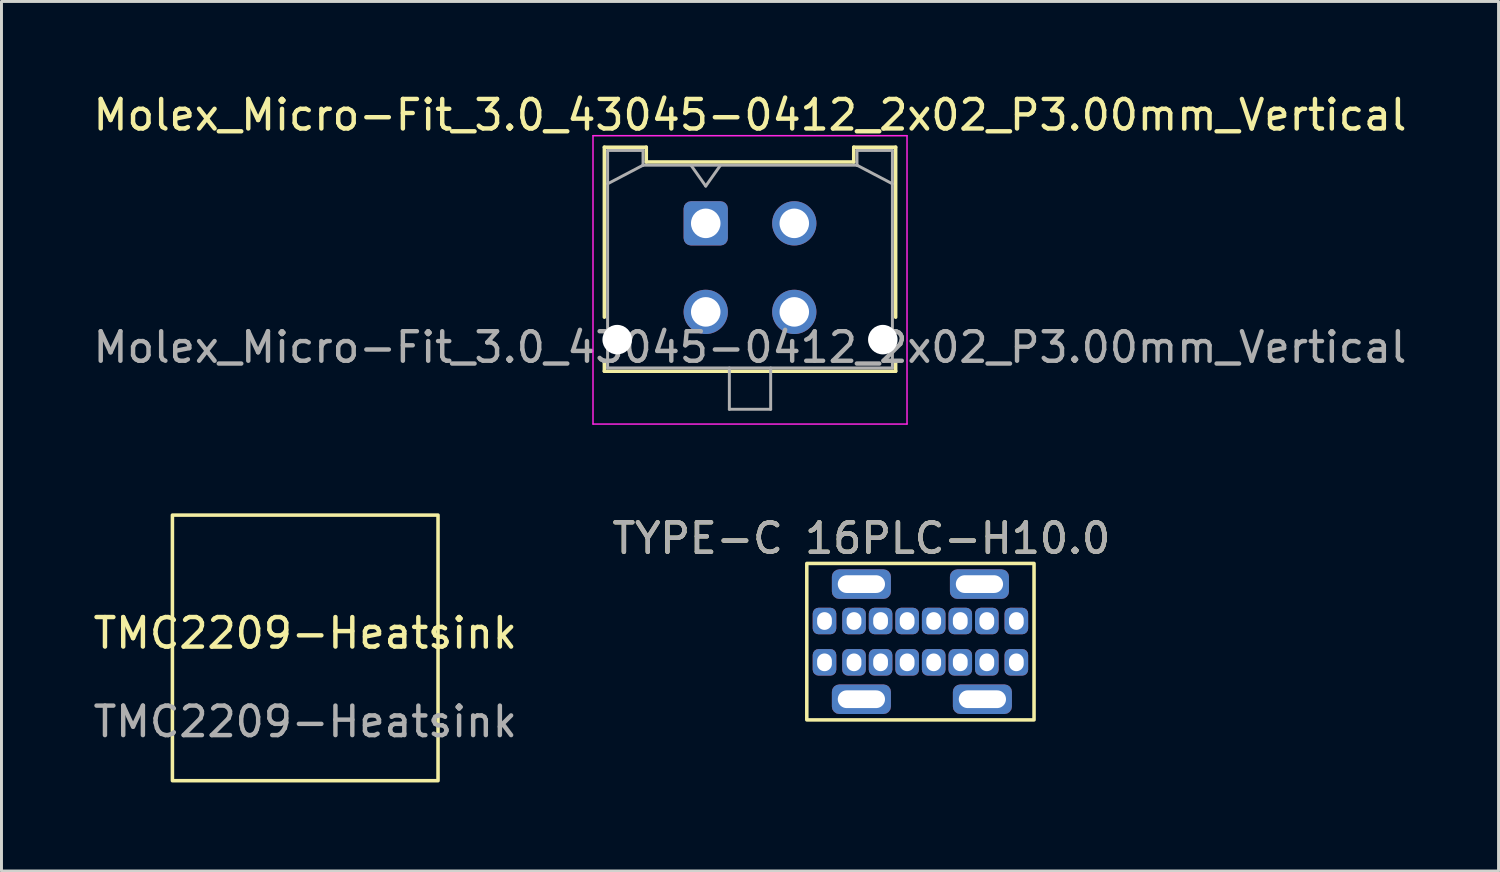
<source format=kicad_pcb>
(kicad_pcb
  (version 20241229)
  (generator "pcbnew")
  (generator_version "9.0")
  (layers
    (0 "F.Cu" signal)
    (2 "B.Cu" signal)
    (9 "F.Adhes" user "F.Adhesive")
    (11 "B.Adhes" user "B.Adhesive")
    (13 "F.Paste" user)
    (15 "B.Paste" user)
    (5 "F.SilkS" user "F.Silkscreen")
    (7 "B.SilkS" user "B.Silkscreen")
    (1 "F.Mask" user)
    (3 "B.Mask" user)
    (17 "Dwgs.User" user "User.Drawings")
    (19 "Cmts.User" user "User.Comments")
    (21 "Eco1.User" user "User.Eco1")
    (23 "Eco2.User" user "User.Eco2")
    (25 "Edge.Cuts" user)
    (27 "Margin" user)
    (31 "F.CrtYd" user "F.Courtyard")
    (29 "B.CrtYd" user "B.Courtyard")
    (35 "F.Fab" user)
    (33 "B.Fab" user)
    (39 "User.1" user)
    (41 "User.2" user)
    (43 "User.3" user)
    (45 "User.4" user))
  (footprint "TYPE-C 16PLC-H10.0"
    (layer "F.Cu")
    (at 28.137 18.692)
    (property "Reference" "TYPE-C 16PLC-H10.0" (at -2 -3.5 0) (unlocked yes) (layer "F.SilkS") (effects (font (size 1 1) (thickness 0.15))))
    (attr through_hole)
    (fp_rect (start -3.85 -2.65) (end 3.85 2.65) (stroke (width 0.12) (type solid)) (fill no) (layer "F.SilkS"))
    (fp_text user "${REFERENCE}" (at -2 -3.5 0) (unlocked yes) (layer "F.Fab") (effects (font (size 1 1) (thickness 0.15))))
    (pad "A1" thru_hole roundrect (at -3.25 -0.7) (size 0.8 0.9) (drill oval 0.5 0.6) (layers "*.Cu" "*.Mask") (roundrect_rratio 0.25))
    (pad "A4" thru_hole roundrect (at -2.25 -0.7) (size 0.8 0.9) (drill oval 0.5 0.6) (layers "*.Cu" "*.Mask") (roundrect_rratio 0.25))
    (pad "A5" thru_hole roundrect (at -1.35 -0.7) (size 0.8 0.9) (drill oval 0.5 0.6) (layers "*.Cu" "*.Mask") (roundrect_rratio 0.25))
    (pad "A6" thru_hole roundrect (at -0.45 -0.7) (size 0.8 0.9) (drill oval 0.5 0.6) (layers "*.Cu" "*.Mask") (roundrect_rratio 0.25))
    (pad "A7" thru_hole roundrect (at 0.45 -0.7) (size 0.8 0.9) (drill oval 0.5 0.6) (layers "*.Cu" "*.Mask") (roundrect_rratio 0.25))
    (pad "A8" thru_hole roundrect (at 1.35 -0.7) (size 0.8 0.9) (drill oval 0.5 0.6) (layers "*.Cu" "*.Mask") (roundrect_rratio 0.25))
    (pad "A9" thru_hole roundrect (at 2.25 -0.7 180) (size 0.8 0.9) (drill oval 0.5 0.6) (layers "*.Cu" "*.Mask") (roundrect_rratio 0.25))
    (pad "A12" thru_hole roundrect (at 3.25 -0.7) (size 0.8 0.9) (drill oval 0.5 0.6) (layers "*.Cu" "*.Mask") (roundrect_rratio 0.25))
    (pad "B1" thru_hole roundrect (at 3.25 0.7) (size 0.8 0.9) (drill oval 0.5 0.6) (layers "*.Cu" "*.Mask") (roundrect_rratio 0.25))
    (pad "B4" thru_hole roundrect (at 2.25 0.7 180) (size 0.8 0.9) (drill oval 0.5 0.6) (layers "*.Cu" "*.Mask") (roundrect_rratio 0.25))
    (pad "B5" thru_hole roundrect (at 1.35 0.7) (size 0.8 0.9) (drill oval 0.5 0.6) (layers "*.Cu" "*.Mask") (roundrect_rratio 0.25))
    (pad "B6" thru_hole roundrect (at 0.45 0.7) (size 0.8 0.9) (drill oval 0.5 0.6) (layers "*.Cu" "*.Mask") (roundrect_rratio 0.25))
    (pad "B7" thru_hole roundrect (at -0.45 0.7) (size 0.8 0.9) (drill oval 0.5 0.6) (layers "*.Cu" "*.Mask") (roundrect_rratio 0.25))
    (pad "B8" thru_hole roundrect (at -1.35 0.7) (size 0.8 0.9) (drill oval 0.5 0.6) (layers "*.Cu" "*.Mask") (roundrect_rratio 0.25))
    (pad "B9" thru_hole roundrect (at -2.25 0.7) (size 0.8 0.9) (drill oval 0.5 0.6) (layers "*.Cu" "*.Mask") (roundrect_rratio 0.25))
    (pad "B12" thru_hole roundrect (at -3.25 0.7) (size 0.8 0.9) (drill oval 0.5 0.6) (layers "*.Cu" "*.Mask") (roundrect_rratio 0.25))
    (pad "S1" thru_hole roundrect (at -2 -1.95) (size 2 1) (drill oval 1.6 0.6) (layers "*.Cu" "*.Mask") (roundrect_rratio 0.25))
    (pad "S1" thru_hole roundrect (at -2 1.95) (size 2 1) (drill oval 1.6 0.6) (layers "*.Cu" "*.Mask") (roundrect_rratio 0.25))
    (pad "S1" thru_hole roundrect (at 2 -1.95) (size 2 1) (drill oval 1.6 0.6) (layers "*.Cu" "*.Mask") (roundrect_rratio 0.25))
    (pad "S1" thru_hole roundrect (at 2.1 1.95) (size 2 1) (drill oval 1.6 0.6) (layers "*.Cu" "*.Mask") (roundrect_rratio 0.25)))
  (footprint "Molex_Micro-Fit_3.0_43045-0412_2x02_P3.00mm_Vertical"
    (layer "F.Cu")
    (at 20.863 4.518)
    (property "Reference" "Molex_Micro-Fit_3.0_43045-0412_2x02_P3.00mm_Vertical" (at 1.5 -3.67 0) (layer "F.SilkS") (effects (font (size 1 1) (thickness 0.15))))
    (attr through_hole)
    (fp_line (start -3.435 -2.58) (end -2.015 -2.58) (stroke (width 0.12) (type solid)) (layer "F.SilkS"))
    (fp_line (start -3.435 3.18) (end -3.435 -2.58) (stroke (width 0.12) (type solid)) (layer "F.SilkS"))
    (fp_line (start -3.435 4.7) (end -3.435 5.01) (stroke (width 0.12) (type solid)) (layer "F.SilkS"))
    (fp_line (start -3.435 5.01) (end 6.435 5.01) (stroke (width 0.12) (type solid)) (layer "F.SilkS"))
    (fp_line (start -2.015 -2.58) (end -2.015 -2.08) (stroke (width 0.12) (type solid)) (layer "F.SilkS"))
    (fp_line (start -2.015 -2.08) (end 5.015 -2.08) (stroke (width 0.12) (type solid)) (layer "F.SilkS"))
    (fp_line (start 5.015 -2.58) (end 6.435 -2.58) (stroke (width 0.12) (type solid)) (layer "F.SilkS"))
    (fp_line (start 5.015 -2.08) (end 5.015 -2.58) (stroke (width 0.12) (type solid)) (layer "F.SilkS"))
    (fp_line (start 6.435 -2.58) (end 6.435 3.18) (stroke (width 0.12) (type solid)) (layer "F.SilkS"))
    (fp_line (start 6.435 5.01) (end 6.435 4.7) (stroke (width 0.12) (type solid)) (layer "F.SilkS"))
    (fp_line (start -3.82 -2.97) (end 6.82 -2.97) (stroke (width 0.05) (type solid)) (layer "F.CrtYd"))
    (fp_line (start -3.82 6.8) (end -3.82 -2.97) (stroke (width 0.05) (type solid)) (layer "F.CrtYd"))
    (fp_line (start 6.82 -2.97) (end 6.82 6.8) (stroke (width 0.05) (type solid)) (layer "F.CrtYd"))
    (fp_line (start 6.82 6.8) (end -3.82 6.8) (stroke (width 0.05) (type solid)) (layer "F.CrtYd"))
    (fp_line (start -3.325 -2.47) (end -3.325 4.9) (stroke (width 0.1) (type solid)) (layer "F.Fab"))
    (fp_line (start -3.325 -1.34) (end -2.125 -1.97) (stroke (width 0.1) (type solid)) (layer "F.Fab"))
    (fp_line (start -3.325 4.9) (end 6.325 4.9) (stroke (width 0.1) (type solid)) (layer "F.Fab"))
    (fp_line (start -2.125 -2.47) (end -3.325 -2.47) (stroke (width 0.1) (type solid)) (layer "F.Fab"))
    (fp_line (start -2.125 -1.97) (end -2.125 -2.47) (stroke (width 0.1) (type solid)) (layer "F.Fab"))
    (fp_line (start -0.5 -1.97) (end 0 -1.263) (stroke (width 0.1) (type solid)) (layer "F.Fab"))
    (fp_line (start 0 -1.263) (end 0.5 -1.97) (stroke (width 0.1) (type solid)) (layer "F.Fab"))
    (fp_line (start 0.8 4.9) (end 0.8 6.3) (stroke (width 0.1) (type solid)) (layer "F.Fab"))
    (fp_line (start 0.8 6.3) (end 2.2 6.3) (stroke (width 0.1) (type solid)) (layer "F.Fab"))
    (fp_line (start 2.2 6.3) (end 2.2 4.9) (stroke (width 0.1) (type solid)) (layer "F.Fab"))
    (fp_line (start 5.125 -2.47) (end 5.125 -1.97) (stroke (width 0.1) (type solid)) (layer "F.Fab"))
    (fp_line (start 5.125 -1.97) (end -2.125 -1.97) (stroke (width 0.1) (type solid)) (layer "F.Fab"))
    (fp_line (start 6.325 -2.47) (end 5.125 -2.47) (stroke (width 0.1) (type solid)) (layer "F.Fab"))
    (fp_line (start 6.325 -1.34) (end 5.125 -1.97) (stroke (width 0.1) (type solid)) (layer "F.Fab"))
    (fp_line (start 6.325 4.9) (end 6.325 -2.47) (stroke (width 0.1) (type solid)) (layer "F.Fab"))
    (fp_text user "${REFERENCE}" (at 1.5 4.2 0) (layer "F.Fab") (effects (font (size 1 1) (thickness 0.15))))
    (pad "" np_thru_hole circle (at -3 3.94) (size 1 1) (drill 1) (layers "*.Cu" "*.Mask"))
    (pad "" np_thru_hole circle (at 6 3.94) (size 1 1) (drill 1) (layers "*.Cu" "*.Mask"))
    (pad "1" thru_hole roundrect (at 0 0) (size 1.5 1.5) (drill 1) (layers "*.Cu" "*.Mask") (roundrect_rratio 0.167))
    (pad "2" thru_hole circle (at 3 0) (size 1.5 1.5) (drill 1) (layers "*.Cu" "*.Mask"))
    (pad "3" thru_hole circle (at 0 3) (size 1.5 1.5) (drill 1) (layers "*.Cu" "*.Mask"))
    (pad "4" thru_hole circle (at 3 3) (size 1.5 1.5) (drill 1) (layers "*.Cu" "*.Mask")))
  (footprint "TMC2209-Heatsink"
    (layer "F.Cu")
    (at 7.292 18.903)
    (property "Reference" "TMC2209-Heatsink" (at 0 -0.5 0) (unlocked yes) (layer "F.SilkS") (effects (font (size 1 1) (thickness 0.15))))
    (fp_rect (start -4.5 -4.5) (end 4.5 4.5) (stroke (width 0.12) (type solid)) (fill no) (layer "F.SilkS"))
    (fp_text user "${REFERENCE}" (at 0 2.5 0) (unlocked yes) (layer "F.Fab") (effects (font (size 1 1) (thickness 0.15)))))
  (gr_rect
    (start -3 -3)
    (end 47.726 26.463)
    (stroke (width 0.1) (type default))
    (fill no)
    (layer "Edge.Cuts")))
</source>
